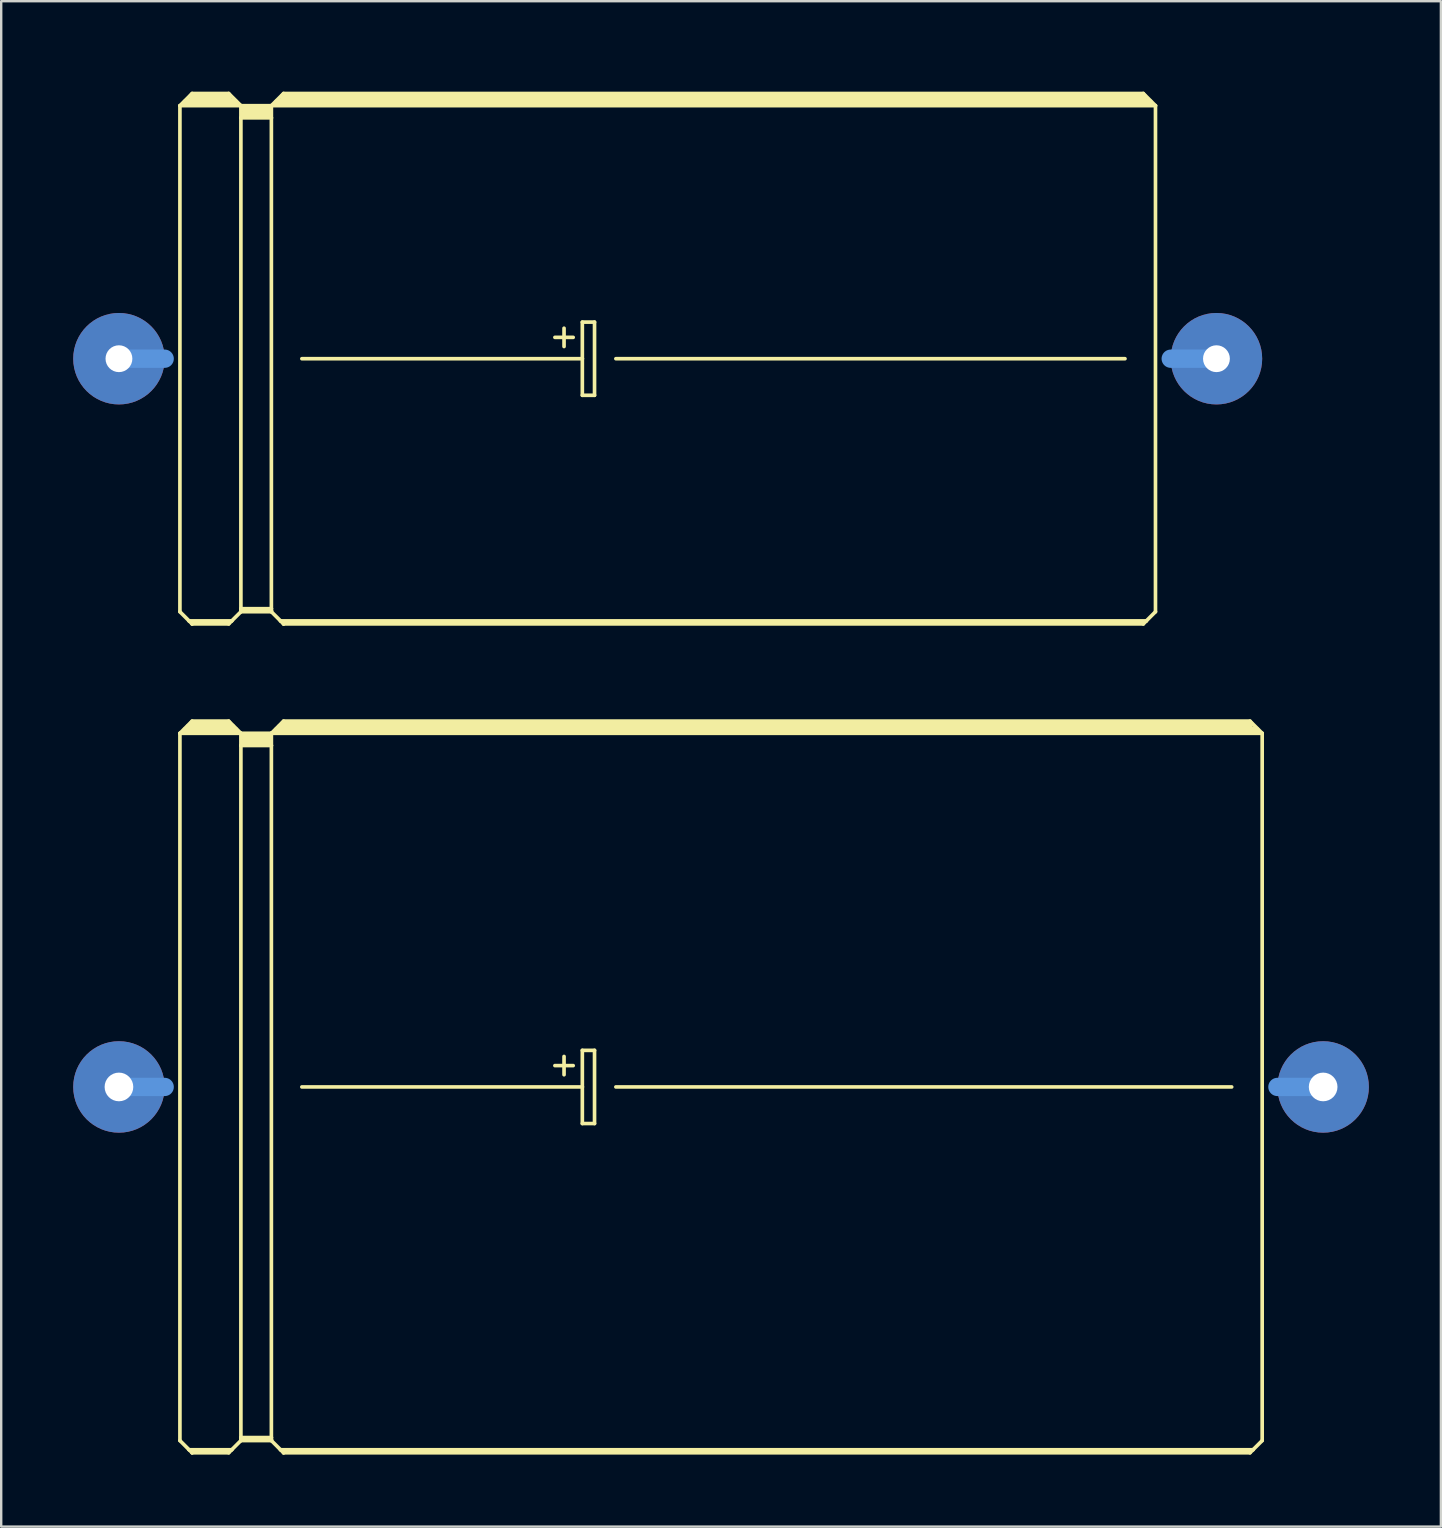
<source format=kicad_pcb>
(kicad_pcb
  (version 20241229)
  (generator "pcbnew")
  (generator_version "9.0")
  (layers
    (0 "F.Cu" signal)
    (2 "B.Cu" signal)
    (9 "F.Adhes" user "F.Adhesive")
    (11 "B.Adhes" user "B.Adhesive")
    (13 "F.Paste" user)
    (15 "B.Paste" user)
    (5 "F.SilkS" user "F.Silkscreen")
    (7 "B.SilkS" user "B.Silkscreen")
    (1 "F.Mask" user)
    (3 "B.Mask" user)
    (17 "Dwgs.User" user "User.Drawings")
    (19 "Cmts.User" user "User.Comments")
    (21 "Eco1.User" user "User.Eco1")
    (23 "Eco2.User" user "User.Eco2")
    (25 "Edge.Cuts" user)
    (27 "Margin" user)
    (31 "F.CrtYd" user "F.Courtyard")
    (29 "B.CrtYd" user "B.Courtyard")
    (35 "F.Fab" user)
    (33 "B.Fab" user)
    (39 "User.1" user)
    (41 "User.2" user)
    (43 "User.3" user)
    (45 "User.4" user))
  (footprint "E50-30"
    (layer "F.Cu")
    (at 27.305 42.23)
    (property "Reference" "E50-30" (at -18.415 -14.859 0) (layer "Eco1.User") (effects (font (size 1.778 1.778) (thickness 0.178))))
    (attr through_hole)
    (fp_line (start -22.86 -14.732) (end -22.86 14.732) (stroke (width 0.152) (type solid)) (layer "F.SilkS"))
    (fp_line (start -22.86 -14.732) (end -22.352 -15.24) (stroke (width 0.152) (type solid)) (layer "F.SilkS"))
    (fp_line (start -22.86 -14.732) (end -20.32 -14.732) (stroke (width 0.152) (type solid)) (layer "F.SilkS"))
    (fp_line (start -22.86 14.732) (end -22.479 15.113) (stroke (width 0.152) (type solid)) (layer "F.SilkS"))
    (fp_line (start -22.606 -14.859) (end -22.479 -14.859) (stroke (width 0.305) (type solid)) (layer "F.SilkS"))
    (fp_line (start -22.479 -14.859) (end -22.479 -14.986) (stroke (width 0.305) (type solid)) (layer "F.SilkS"))
    (fp_line (start -22.479 -14.859) (end -20.701 -14.859) (stroke (width 0.305) (type solid)) (layer "F.SilkS"))
    (fp_line (start -22.479 15.113) (end -22.352 15.24) (stroke (width 0.152) (type solid)) (layer "F.SilkS"))
    (fp_line (start -22.479 15.113) (end -20.701 15.113) (stroke (width 0.152) (type solid)) (layer "F.SilkS"))
    (fp_line (start -22.352 -15.24) (end -20.828 -15.24) (stroke (width 0.152) (type solid)) (layer "F.SilkS"))
    (fp_line (start -22.352 -15.113) (end -20.828 -15.113) (stroke (width 0.305) (type solid)) (layer "F.SilkS"))
    (fp_line (start -22.352 15.189) (end -20.828 15.189) (stroke (width 0.152) (type solid)) (layer "F.SilkS"))
    (fp_line (start -22.352 15.24) (end -22.352 15.189) (stroke (width 0.152) (type solid)) (layer "F.SilkS"))
    (fp_line (start -22.352 15.24) (end -20.828 15.24) (stroke (width 0.152) (type solid)) (layer "F.SilkS"))
    (fp_line (start -20.701 -14.859) (end -20.701 -14.986) (stroke (width 0.305) (type solid)) (layer "F.SilkS"))
    (fp_line (start -20.701 -14.859) (end -20.574 -14.859) (stroke (width 0.305) (type solid)) (layer "F.SilkS"))
    (fp_line (start -20.701 15.113) (end -20.828 15.24) (stroke (width 0.152) (type solid)) (layer "F.SilkS"))
    (fp_line (start -20.32 -14.732) (end -20.828 -15.24) (stroke (width 0.152) (type solid)) (layer "F.SilkS"))
    (fp_line (start -20.32 -14.732) (end -20.32 -14.224) (stroke (width 0.152) (type solid)) (layer "F.SilkS"))
    (fp_line (start -20.32 -14.732) (end -19.05 -14.732) (stroke (width 0.152) (type solid)) (layer "F.SilkS"))
    (fp_line (start -20.32 -14.224) (end -20.32 14.605) (stroke (width 0.152) (type solid)) (layer "F.SilkS"))
    (fp_line (start -20.32 -14.224) (end -19.05 -14.224) (stroke (width 0.152) (type solid)) (layer "F.SilkS"))
    (fp_line (start -20.32 14.605) (end -20.32 14.681) (stroke (width 0.152) (type solid)) (layer "F.SilkS"))
    (fp_line (start -20.32 14.605) (end -19.05 14.605) (stroke (width 0.152) (type solid)) (layer "F.SilkS"))
    (fp_line (start -20.32 14.681) (end -20.32 14.732) (stroke (width 0.152) (type solid)) (layer "F.SilkS"))
    (fp_line (start -20.32 14.681) (end -19.05 14.681) (stroke (width 0.152) (type solid)) (layer "F.SilkS"))
    (fp_line (start -20.32 14.732) (end -20.701 15.113) (stroke (width 0.152) (type solid)) (layer "F.SilkS"))
    (fp_line (start -20.32 14.732) (end -19.05 14.732) (stroke (width 0.152) (type solid)) (layer "F.SilkS"))
    (fp_line (start -20.193 -14.605) (end -19.177 -14.605) (stroke (width 0.305) (type solid)) (layer "F.SilkS"))
    (fp_line (start -20.193 -14.351) (end -19.177 -14.351) (stroke (width 0.305) (type solid)) (layer "F.SilkS"))
    (fp_line (start -19.05 -14.732) (end -19.05 -14.224) (stroke (width 0.152) (type solid)) (layer "F.SilkS"))
    (fp_line (start -19.05 -14.732) (end 22.225 -14.732) (stroke (width 0.152) (type solid)) (layer "F.SilkS"))
    (fp_line (start -19.05 -14.224) (end -19.05 14.605) (stroke (width 0.152) (type solid)) (layer "F.SilkS"))
    (fp_line (start -19.05 14.605) (end -19.05 14.681) (stroke (width 0.152) (type solid)) (layer "F.SilkS"))
    (fp_line (start -19.05 14.681) (end -19.05 14.732) (stroke (width 0.152) (type solid)) (layer "F.SilkS"))
    (fp_line (start -19.05 14.732) (end -18.669 15.113) (stroke (width 0.152) (type solid)) (layer "F.SilkS"))
    (fp_line (start -18.796 -14.859) (end -18.669 -14.859) (stroke (width 0.305) (type solid)) (layer "F.SilkS"))
    (fp_line (start -18.669 -14.859) (end -18.669 -14.986) (stroke (width 0.305) (type solid)) (layer "F.SilkS"))
    (fp_line (start -18.669 -14.859) (end 21.971 -14.859) (stroke (width 0.305) (type solid)) (layer "F.SilkS"))
    (fp_line (start -18.669 15.113) (end -18.542 15.24) (stroke (width 0.152) (type solid)) (layer "F.SilkS"))
    (fp_line (start -18.669 15.113) (end 21.844 15.113) (stroke (width 0.152) (type solid)) (layer "F.SilkS"))
    (fp_line (start -18.542 -15.24) (end -19.05 -14.732) (stroke (width 0.152) (type solid)) (layer "F.SilkS"))
    (fp_line (start -18.542 -15.24) (end 21.717 -15.24) (stroke (width 0.152) (type solid)) (layer "F.SilkS"))
    (fp_line (start -18.542 -15.113) (end 21.717 -15.113) (stroke (width 0.305) (type solid)) (layer "F.SilkS"))
    (fp_line (start -18.542 15.189) (end 21.717 15.189) (stroke (width 0.152) (type solid)) (layer "F.SilkS"))
    (fp_line (start -18.542 15.24) (end -18.542 15.189) (stroke (width 0.152) (type solid)) (layer "F.SilkS"))
    (fp_line (start -17.78 0) (end -6.096 0) (stroke (width 0.152) (type solid)) (layer "F.SilkS"))
    (fp_line (start -7.239 -0.889) (end -6.477 -0.889) (stroke (width 0.152) (type solid)) (layer "F.SilkS"))
    (fp_line (start -6.858 -1.27) (end -6.858 -0.508) (stroke (width 0.152) (type solid)) (layer "F.SilkS"))
    (fp_line (start -6.096 -1.524) (end -6.096 0) (stroke (width 0.152) (type solid)) (layer "F.SilkS"))
    (fp_line (start -6.096 0) (end -6.096 1.524) (stroke (width 0.152) (type solid)) (layer "F.SilkS"))
    (fp_line (start -6.096 1.524) (end -5.588 1.524) (stroke (width 0.152) (type solid)) (layer "F.SilkS"))
    (fp_line (start -5.588 -1.524) (end -6.096 -1.524) (stroke (width 0.152) (type solid)) (layer "F.SilkS"))
    (fp_line (start -5.588 1.524) (end -5.588 -1.524) (stroke (width 0.152) (type solid)) (layer "F.SilkS"))
    (fp_line (start -4.699 0) (end 20.955 0) (stroke (width 0.152) (type solid)) (layer "F.SilkS"))
    (fp_line (start 21.717 -15.24) (end 22.225 -14.732) (stroke (width 0.152) (type solid)) (layer "F.SilkS"))
    (fp_line (start 21.717 15.24) (end -18.542 15.24) (stroke (width 0.152) (type solid)) (layer "F.SilkS"))
    (fp_line (start 21.844 15.113) (end 21.717 15.24) (stroke (width 0.152) (type solid)) (layer "F.SilkS"))
    (fp_line (start 22.225 -14.732) (end 22.225 14.732) (stroke (width 0.152) (type solid)) (layer "F.SilkS"))
    (fp_line (start 22.225 14.732) (end 21.844 15.113) (stroke (width 0.152) (type solid)) (layer "F.SilkS"))
    (fp_line (start -25.4 0) (end -23.495 0) (stroke (width 0.762) (type solid)) (layer "Cmts.User"))
    (fp_line (start 24.765 0) (end 22.86 0) (stroke (width 0.762) (type solid)) (layer "Cmts.User"))
    (pad "+" thru_hole oval (at -25.4 0) (size 3.81 3.81) (drill 1.194) (layers "*.Cu" "*.Mask"))
    (pad "-" thru_hole oval (at 24.765 0) (size 3.81 3.81) (drill 1.194) (layers "*.Cu" "*.Mask")))
  (footprint "E45-22"
    (layer "F.Cu")
    (at 24.765 11.893)
    (property "Reference" "E45-22" (at -16.129 -10.541 0) (layer "Eco1.User") (effects (font (size 1.778 1.778) (thickness 0.178))))
    (attr through_hole)
    (fp_line (start -20.32 -10.541) (end -20.32 10.541) (stroke (width 0.152) (type solid)) (layer "F.SilkS"))
    (fp_line (start -20.32 -10.541) (end -19.812 -11.049) (stroke (width 0.152) (type solid)) (layer "F.SilkS"))
    (fp_line (start -20.32 -10.541) (end -17.78 -10.541) (stroke (width 0.152) (type solid)) (layer "F.SilkS"))
    (fp_line (start -20.32 10.541) (end -19.939 10.922) (stroke (width 0.152) (type solid)) (layer "F.SilkS"))
    (fp_line (start -20.066 -10.668) (end -18.034 -10.668) (stroke (width 0.305) (type solid)) (layer "F.SilkS"))
    (fp_line (start -19.939 10.922) (end -19.812 11.049) (stroke (width 0.152) (type solid)) (layer "F.SilkS"))
    (fp_line (start -19.939 10.922) (end -18.161 10.922) (stroke (width 0.152) (type solid)) (layer "F.SilkS"))
    (fp_line (start -19.812 -11.049) (end -18.288 -11.049) (stroke (width 0.152) (type solid)) (layer "F.SilkS"))
    (fp_line (start -19.812 -10.922) (end -18.288 -10.922) (stroke (width 0.305) (type solid)) (layer "F.SilkS"))
    (fp_line (start -19.812 10.998) (end -18.288 10.998) (stroke (width 0.152) (type solid)) (layer "F.SilkS"))
    (fp_line (start -19.812 11.049) (end -19.812 10.998) (stroke (width 0.152) (type solid)) (layer "F.SilkS"))
    (fp_line (start -19.812 11.049) (end -18.288 11.049) (stroke (width 0.152) (type solid)) (layer "F.SilkS"))
    (fp_line (start -18.288 -11.049) (end -17.78 -10.541) (stroke (width 0.152) (type solid)) (layer "F.SilkS"))
    (fp_line (start -18.288 11.049) (end -18.161 10.922) (stroke (width 0.152) (type solid)) (layer "F.SilkS"))
    (fp_line (start -18.161 10.922) (end -17.78 10.541) (stroke (width 0.152) (type solid)) (layer "F.SilkS"))
    (fp_line (start -17.78 -10.541) (end -16.51 -10.541) (stroke (width 0.152) (type solid)) (layer "F.SilkS"))
    (fp_line (start -17.78 -10.033) (end -17.78 -10.541) (stroke (width 0.152) (type solid)) (layer "F.SilkS"))
    (fp_line (start -17.78 -10.033) (end -16.51 -10.033) (stroke (width 0.152) (type solid)) (layer "F.SilkS"))
    (fp_line (start -17.78 10.414) (end -17.78 -10.033) (stroke (width 0.152) (type solid)) (layer "F.SilkS"))
    (fp_line (start -17.78 10.414) (end -16.51 10.414) (stroke (width 0.152) (type solid)) (layer "F.SilkS"))
    (fp_line (start -17.78 10.49) (end -17.78 10.414) (stroke (width 0.152) (type solid)) (layer "F.SilkS"))
    (fp_line (start -17.78 10.49) (end -16.51 10.49) (stroke (width 0.152) (type solid)) (layer "F.SilkS"))
    (fp_line (start -17.78 10.541) (end -17.78 10.49) (stroke (width 0.152) (type solid)) (layer "F.SilkS"))
    (fp_line (start -17.78 10.541) (end -16.51 10.541) (stroke (width 0.152) (type solid)) (layer "F.SilkS"))
    (fp_line (start -17.653 -10.414) (end -16.637 -10.414) (stroke (width 0.305) (type solid)) (layer "F.SilkS"))
    (fp_line (start -17.653 -10.16) (end -16.637 -10.16) (stroke (width 0.305) (type solid)) (layer "F.SilkS"))
    (fp_line (start -16.51 -10.541) (end -16.002 -11.049) (stroke (width 0.152) (type solid)) (layer "F.SilkS"))
    (fp_line (start -16.51 -10.541) (end 20.32 -10.541) (stroke (width 0.152) (type solid)) (layer "F.SilkS"))
    (fp_line (start -16.51 -10.033) (end -16.51 -10.541) (stroke (width 0.152) (type solid)) (layer "F.SilkS"))
    (fp_line (start -16.51 10.414) (end -16.51 -10.033) (stroke (width 0.152) (type solid)) (layer "F.SilkS"))
    (fp_line (start -16.51 10.49) (end -16.51 10.414) (stroke (width 0.152) (type solid)) (layer "F.SilkS"))
    (fp_line (start -16.51 10.541) (end -16.51 10.49) (stroke (width 0.152) (type solid)) (layer "F.SilkS"))
    (fp_line (start -16.51 10.541) (end -16.129 10.922) (stroke (width 0.152) (type solid)) (layer "F.SilkS"))
    (fp_line (start -16.256 -10.668) (end 20.066 -10.668) (stroke (width 0.305) (type solid)) (layer "F.SilkS"))
    (fp_line (start -16.129 10.922) (end -16.002 11.049) (stroke (width 0.152) (type solid)) (layer "F.SilkS"))
    (fp_line (start -16.129 10.922) (end 19.939 10.922) (stroke (width 0.152) (type solid)) (layer "F.SilkS"))
    (fp_line (start -16.002 -11.049) (end 19.812 -11.049) (stroke (width 0.152) (type solid)) (layer "F.SilkS"))
    (fp_line (start -16.002 -10.922) (end 19.812 -10.922) (stroke (width 0.305) (type solid)) (layer "F.SilkS"))
    (fp_line (start -16.002 10.998) (end 19.812 10.998) (stroke (width 0.152) (type solid)) (layer "F.SilkS"))
    (fp_line (start -16.002 11.049) (end -16.002 10.998) (stroke (width 0.152) (type solid)) (layer "F.SilkS"))
    (fp_line (start -16.002 11.049) (end 19.812 11.049) (stroke (width 0.152) (type solid)) (layer "F.SilkS"))
    (fp_line (start -15.24 0) (end -3.556 0) (stroke (width 0.152) (type solid)) (layer "F.SilkS"))
    (fp_line (start -4.699 -0.889) (end -3.937 -0.889) (stroke (width 0.152) (type solid)) (layer "F.SilkS"))
    (fp_line (start -4.318 -1.27) (end -4.318 -0.508) (stroke (width 0.152) (type solid)) (layer "F.SilkS"))
    (fp_line (start -3.556 -1.524) (end -3.556 0) (stroke (width 0.152) (type solid)) (layer "F.SilkS"))
    (fp_line (start -3.556 0) (end -3.556 1.524) (stroke (width 0.152) (type solid)) (layer "F.SilkS"))
    (fp_line (start -3.556 1.524) (end -3.048 1.524) (stroke (width 0.152) (type solid)) (layer "F.SilkS"))
    (fp_line (start -3.048 -1.524) (end -3.556 -1.524) (stroke (width 0.152) (type solid)) (layer "F.SilkS"))
    (fp_line (start -3.048 1.524) (end -3.048 -1.524) (stroke (width 0.152) (type solid)) (layer "F.SilkS"))
    (fp_line (start -2.159 0) (end 19.05 0) (stroke (width 0.152) (type solid)) (layer "F.SilkS"))
    (fp_line (start 19.812 -11.049) (end 20.32 -10.541) (stroke (width 0.152) (type solid)) (layer "F.SilkS"))
    (fp_line (start 19.812 11.049) (end 19.939 10.922) (stroke (width 0.152) (type solid)) (layer "F.SilkS"))
    (fp_line (start 19.939 10.922) (end 20.32 10.541) (stroke (width 0.152) (type solid)) (layer "F.SilkS"))
    (fp_line (start 20.32 -10.541) (end 20.32 10.541) (stroke (width 0.152) (type solid)) (layer "F.SilkS"))
    (fp_line (start -22.86 0) (end -20.955 0) (stroke (width 0.762) (type solid)) (layer "Cmts.User"))
    (fp_line (start 22.86 0) (end 20.955 0) (stroke (width 0.762) (type solid)) (layer "Cmts.User"))
    (pad "+" thru_hole oval (at -22.86 0) (size 3.81 3.81) (drill 1.118) (layers "*.Cu" "*.Mask"))
    (pad "-" thru_hole oval (at 22.86 0) (size 3.81 3.81) (drill 1.118) (layers "*.Cu" "*.Mask")))
  (gr_rect
    (start -3 -3)
    (end 56.975 60.546)
    (stroke (width 0.1) (type default))
    (fill no)
    (layer "Edge.Cuts")))
</source>
